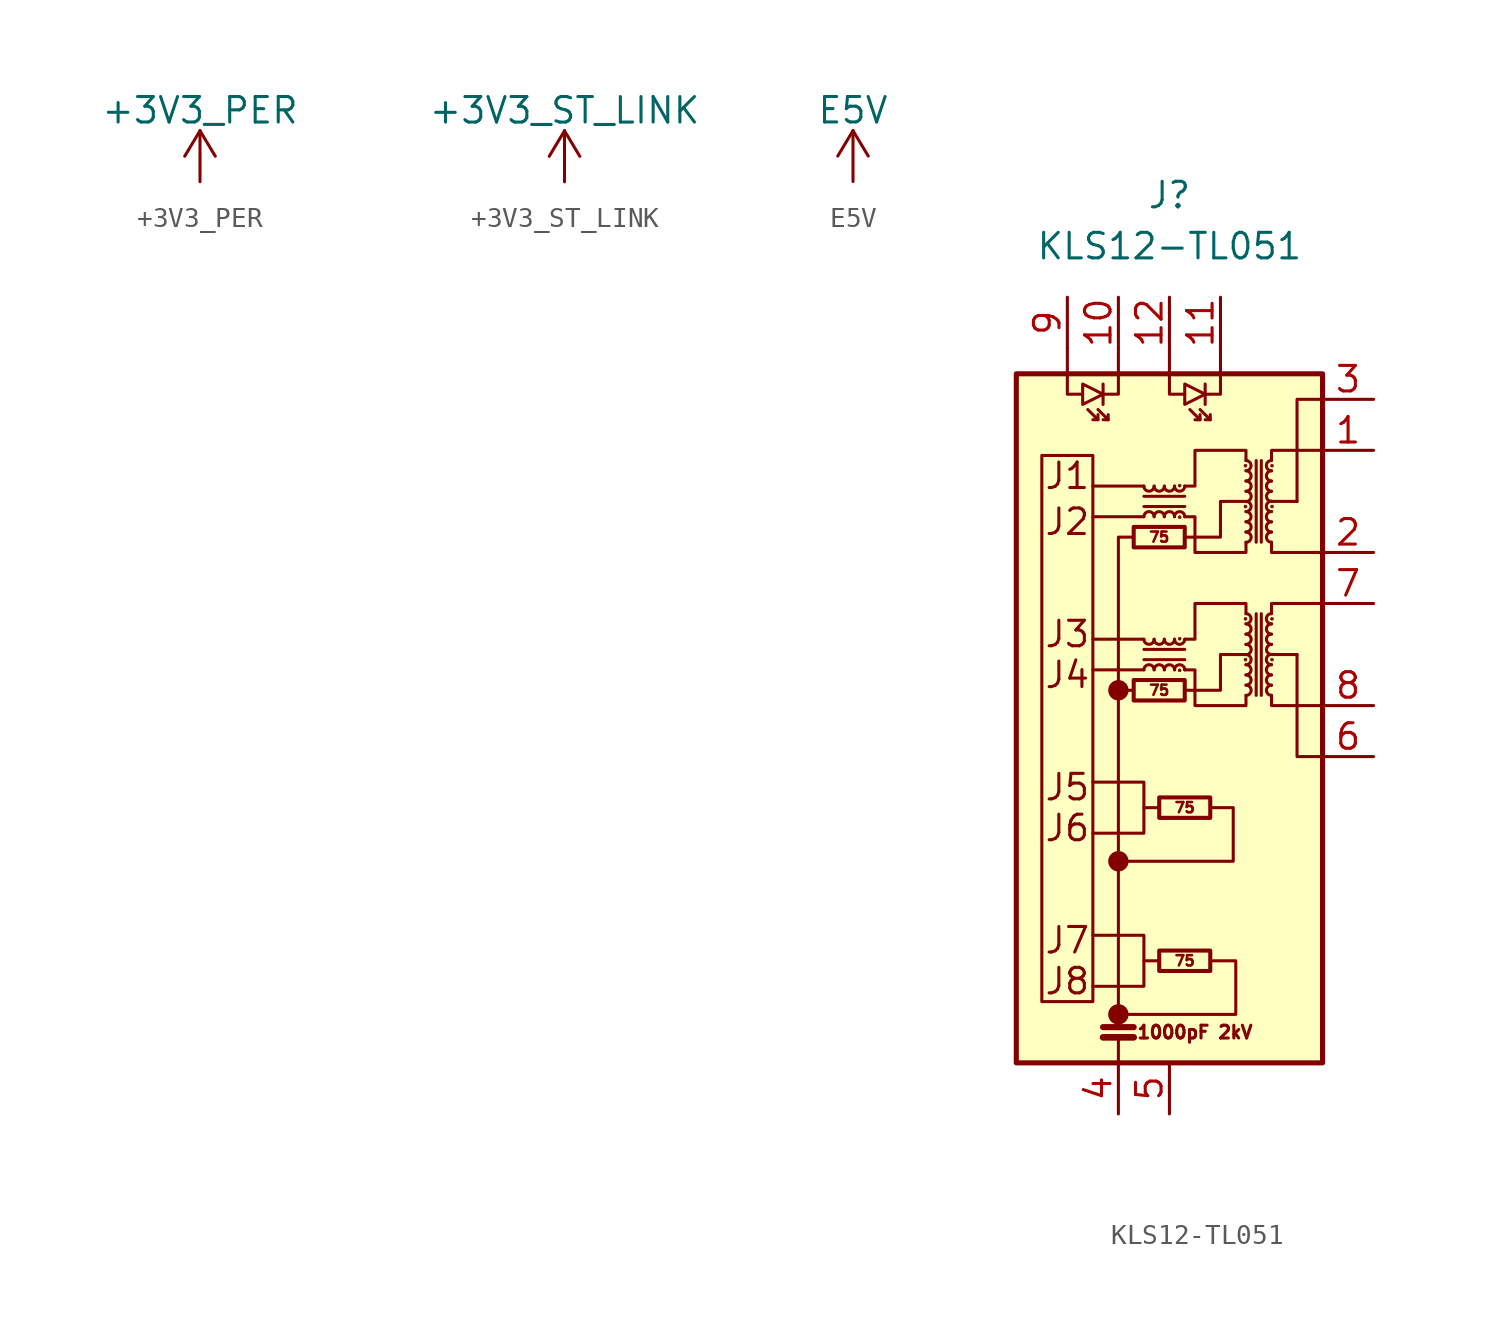
<source format=kicad_sym>
(kicad_symbol_lib
  (version 20220914)
  (generator kicad_symbol_editor)
  (symbol "+3V3_PER"
    (power)
    (pin_names
      (offset 0))
    (property "Reference" "#PWR"
      (at 0 -3.81 0)
      (effects (font (size 1.27 1.27)) hide))
    (property "Value" "+3V3_PER"
      (at 0 3.556 0)
      (effects (font (size 1.27 1.27))))
    (symbol "+3V3_PER_0_1"
      (polyline (pts (xy -0.762 1.27) (xy 0 2.54)) (stroke (width 0) (type default)) (fill (type none)))
      (polyline (pts (xy 0 0) (xy 0 2.54)) (stroke (width 0) (type default)) (fill (type none)))
      (polyline (pts (xy 0 2.54) (xy 0.762 1.27)) (stroke (width 0) (type default)) (fill (type none))))
    (symbol "+3V3_PER_1_1"
      (pin power_in line (at 0 0 90) (length 0) hide (name "+3V3" (effects (font (size 1.27 1.27)))) (number "1" (effects (font (size 1.27 1.27)))))))
  (symbol "+3V3_ST_LINK"
    (power)
    (pin_names
      (offset 0))
    (property "Reference" "#PWR"
      (at 0 -3.81 0)
      (effects (font (size 1.27 1.27)) hide))
    (property "Value" "+3V3_ST_LINK"
      (at 0 3.556 0)
      (effects (font (size 1.27 1.27))))
    (symbol "+3V3_ST_LINK_0_1"
      (polyline (pts (xy -0.762 1.27) (xy 0 2.54)) (stroke (width 0) (type default)) (fill (type none)))
      (polyline (pts (xy 0 0) (xy 0 2.54)) (stroke (width 0) (type default)) (fill (type none)))
      (polyline (pts (xy 0 2.54) (xy 0.762 1.27)) (stroke (width 0) (type default)) (fill (type none))))
    (symbol "+3V3_ST_LINK_1_1"
      (pin power_in line (at 0 0 90) (length 0) hide (name "+3V3" (effects (font (size 1.27 1.27)))) (number "1" (effects (font (size 1.27 1.27)))))))
  (symbol "E5V"
    (power)
    (pin_names
      (offset 0))
    (property "Reference" "#PWR"
      (at 0 -3.81 0)
      (effects (font (size 1.27 1.27)) hide))
    (property "Value" "E5V"
      (at 0 3.556 0)
      (effects (font (size 1.27 1.27))))
    (symbol "E5V_0_1"
      (polyline (pts (xy -0.762 1.27) (xy 0 2.54)) (stroke (width 0) (type default)) (fill (type none)))
      (polyline (pts (xy 0 0) (xy 0 2.54)) (stroke (width 0) (type default)) (fill (type none)))
      (polyline (pts (xy 0 2.54) (xy 0.762 1.27)) (stroke (width 0) (type default)) (fill (type none))))
    (symbol "E5V_1_1"
      (pin power_in line (at 0 0 90) (length 0) hide (name "+5V0" (effects (font (size 1.27 1.27)))) (number "1" (effects (font (size 1.27 1.27)))))))
  (symbol "KLS12-TL051"
    (pin_names
      (offset 0.025) hide)
    (property "Reference" "J"
      (at 0 25.4 0)
      (effects (font (size 1.27 1.27))))
    (property "Value" "KLS12-TL051"
      (at 0 22.86 0)
      (effects (font (size 1.27 1.27))))
    (symbol "KLS12-TL051_0_0"
      (circle (center -2.54 -15.367) (radius 0.0001) (stroke (width 0.508) (type default)) (fill (type none)))
      (circle (center -2.54 -7.747) (radius 0.0001) (stroke (width 0.508) (type default)) (fill (type none)))
      (circle (center -2.54 0.762) (radius 0.0001) (stroke (width 0.508) (type default)) (fill (type none)))
      (polyline (pts (xy -1.27 1.778) (xy -3.81 1.778)) (stroke (width 0) (type default)) (fill (type none)))
      (polyline (pts (xy -1.27 3.302) (xy -3.81 3.302)) (stroke (width 0) (type default)) (fill (type none)))
      (polyline (pts (xy -1.27 9.398) (xy -3.81 9.398)) (stroke (width 0) (type default)) (fill (type none)))
      (polyline (pts (xy -1.27 10.922) (xy -3.81 10.922)) (stroke (width 0) (type default)) (fill (type none)))
      (polyline (pts (xy 5.08 2.54) (xy 6.35 2.54)) (stroke (width 0) (type default)) (fill (type none)))
      (polyline (pts (xy 6.35 10.16) (xy 5.08 10.16)) (stroke (width 0) (type default)) (fill (type none)))
      (polyline (pts (xy 0.762 0.762) (xy 2.54 0.762) (xy 2.54 2.54) (xy 3.81 2.54)) (stroke (width 0) (type default)) (fill (type none)))
      (polyline (pts (xy 0.762 8.382) (xy 2.54 8.382) (xy 2.54 10.16) (xy 3.81 10.16)) (stroke (width 0) (type default)) (fill (type none)))
      (text "1000pF 2kV" (at 1.27 -16.256 0) (effects (font (size 0.635 0.635))))
      (text "75" (at -0.508 0.762 0) (effects (font (size 0.508 0.508))))
      (text "75" (at -0.508 8.382 0) (effects (font (size 0.508 0.508))))
      (text "75" (at 0.762 -12.7 0) (effects (font (size 0.508 0.508))))
      (text "75" (at 0.762 -5.08 0) (effects (font (size 0.508 0.508))))
      (text "J1" (at -5.08 11.43 0) (effects (font (size 1.27 1.27))))
      (text "J2" (at -5.08 9.144 0) (effects (font (size 1.27 1.27))))
      (text "J3" (at -5.08 3.556 0) (effects (font (size 1.27 1.27))))
      (text "J4" (at -5.08 1.524 0) (effects (font (size 1.27 1.27))))
      (text "J5" (at -5.08 -4.064 0) (effects (font (size 1.27 1.27))))
      (text "J6" (at -5.08 -6.096 0) (effects (font (size 1.27 1.27))))
      (text "J7" (at -5.08 -11.684 0) (effects (font (size 1.27 1.27))))
      (text "J8" (at -5.08 -13.716 0) (effects (font (size 1.27 1.27)))))
    (symbol "KLS12-TL051_0_1"
      (rectangle (start -7.62 16.51) (end 7.62 -17.78) (stroke (width 0.254) (type default)) (fill (type background)))
      (rectangle (start -3.81 -14.732) (end -6.35 12.446) (stroke (width 0) (type default)) (fill (type none)))
      (rectangle (start -1.778 0.254) (end 0.762 1.27) (stroke (width 0.203) (type default)) (fill (type none)))
      (rectangle (start -1.778 7.874) (end 0.762 8.89) (stroke (width 0.203) (type default)) (fill (type none)))
      (arc (start -1.27 3.302) (mid -1.016 3.0491) (end -0.762 3.302) (stroke (width 0) (type default)) (fill (type none)))
      (arc (start -1.27 10.922) (mid -1.016 10.6691) (end -0.762 10.922) (stroke (width 0) (type default)) (fill (type none)))
      (arc (start -0.762 1.778) (mid -1.016 2.0309) (end -1.27 1.778) (stroke (width 0) (type default)) (fill (type none)))
      (arc (start -0.762 3.302) (mid -0.508 3.0491) (end -0.254 3.302) (stroke (width 0) (type default)) (fill (type none)))
      (arc (start -0.762 9.398) (mid -1.016 9.6509) (end -1.27 9.398) (stroke (width 0) (type default)) (fill (type none)))
      (arc (start -0.762 10.922) (mid -0.508 10.6691) (end -0.254 10.922) (stroke (width 0) (type default)) (fill (type none)))
      (rectangle (start -0.508 -12.192) (end 2.032 -13.208) (stroke (width 0.203) (type default)) (fill (type none)))
      (rectangle (start -0.508 -4.572) (end 2.032 -5.588) (stroke (width 0.203) (type default)) (fill (type none)))
      (arc (start -0.254 1.778) (mid -0.508 2.0309) (end -0.762 1.778) (stroke (width 0) (type default)) (fill (type none)))
      (arc (start -0.254 3.302) (mid 0 3.0491) (end 0.254 3.302) (stroke (width 0) (type default)) (fill (type none)))
      (arc (start -0.254 9.398) (mid -0.508 9.6509) (end -0.762 9.398) (stroke (width 0) (type default)) (fill (type none)))
      (arc (start -0.254 10.922) (mid 0 10.6691) (end 0.254 10.922) (stroke (width 0) (type default)) (fill (type none)))
      (polyline (pts (xy -3.556 14.224) (xy -4.064 14.732)) (stroke (width 0) (type default)) (fill (type none)))
      (polyline (pts (xy -3.302 -16.51) (xy -1.778 -16.51)) (stroke (width 0.33) (type default)) (fill (type none)))
      (polyline (pts (xy -3.302 -16.002) (xy -1.778 -16.002)) (stroke (width 0.305) (type default)) (fill (type none)))
      (polyline (pts (xy -3.302 16.002) (xy -3.302 14.986)) (stroke (width 0) (type default)) (fill (type none)))
      (polyline (pts (xy -3.048 14.224) (xy -3.556 14.732)) (stroke (width 0) (type default)) (fill (type none)))
      (polyline (pts (xy -2.54 -17.78) (xy -2.54 -16.51)) (stroke (width 0) (type default)) (fill (type none)))
      (polyline (pts (xy -2.54 0.762) (xy -1.778 0.762)) (stroke (width 0) (type default)) (fill (type none)))
      (polyline (pts (xy -1.27 -12.7) (xy -0.508 -12.7)) (stroke (width 0) (type default)) (fill (type none)))
      (polyline (pts (xy -1.27 -5.08) (xy -0.508 -5.08)) (stroke (width 0) (type default)) (fill (type none)))
      (polyline (pts (xy -1.27 2.286) (xy 0.762 2.286)) (stroke (width 0) (type default)) (fill (type none)))
      (polyline (pts (xy -1.27 9.906) (xy 0.762 9.906)) (stroke (width 0) (type default)) (fill (type none)))
      (polyline (pts (xy 0.762 2.794) (xy -1.27 2.794)) (stroke (width 0) (type default)) (fill (type none)))
      (polyline (pts (xy 0.762 10.414) (xy -1.27 10.414)) (stroke (width 0) (type default)) (fill (type none)))
      (polyline (pts (xy 1.524 14.224) (xy 1.016 14.732)) (stroke (width 0) (type default)) (fill (type none)))
      (polyline (pts (xy 1.778 16.002) (xy 1.778 14.986)) (stroke (width 0) (type default)) (fill (type none)))
      (polyline (pts (xy 2.032 14.224) (xy 1.524 14.732)) (stroke (width 0) (type default)) (fill (type none)))
      (polyline (pts (xy 4.318 4.572) (xy 4.318 0.508)) (stroke (width 0) (type default)) (fill (type none)))
      (polyline (pts (xy 4.318 12.192) (xy 4.318 8.128)) (stroke (width 0) (type default)) (fill (type none)))
      (polyline (pts (xy 4.572 0.508) (xy 4.572 4.572)) (stroke (width 0) (type default)) (fill (type none)))
      (polyline (pts (xy 4.572 8.128) (xy 4.572 12.192)) (stroke (width 0) (type default)) (fill (type none)))
      (polyline (pts (xy -5.08 17.78) (xy -5.08 15.494) (xy -4.318 15.494)) (stroke (width 0) (type default)) (fill (type none)))
      (polyline (pts (xy -3.556 14.478) (xy -3.556 14.224) (xy -3.81 14.224)) (stroke (width 0) (type default)) (fill (type none)))
      (polyline (pts (xy -3.048 14.478) (xy -3.048 14.224) (xy -3.302 14.224)) (stroke (width 0) (type default)) (fill (type none)))
      (polyline (pts (xy -2.54 -16.002) (xy -2.54 8.382) (xy -1.778 8.382)) (stroke (width 0) (type default)) (fill (type none)))
      (polyline (pts (xy -2.54 17.78) (xy -2.54 15.494) (xy -3.302 15.494)) (stroke (width 0) (type default)) (fill (type none)))
      (polyline (pts (xy 0 17.78) (xy 0 15.494) (xy 0.762 15.494)) (stroke (width 0) (type default)) (fill (type none)))
      (polyline (pts (xy 1.524 14.478) (xy 1.524 14.224) (xy 1.27 14.224)) (stroke (width 0) (type default)) (fill (type none)))
      (polyline (pts (xy 2.032 14.478) (xy 2.032 14.224) (xy 1.778 14.224)) (stroke (width 0) (type default)) (fill (type none)))
      (polyline (pts (xy 2.54 17.78) (xy 2.54 15.494) (xy 1.778 15.494)) (stroke (width 0) (type default)) (fill (type none)))
      (polyline (pts (xy 5.08 0.508) (xy 5.08 0) (xy 7.62 0)) (stroke (width 0) (type default)) (fill (type none)))
      (polyline (pts (xy 5.08 4.572) (xy 5.08 5.08) (xy 7.62 5.08)) (stroke (width 0) (type default)) (fill (type none)))
      (polyline (pts (xy 5.08 8.128) (xy 5.08 7.62) (xy 7.62 7.62)) (stroke (width 0) (type default)) (fill (type none)))
      (polyline (pts (xy 5.08 12.192) (xy 5.08 12.7) (xy 7.62 12.7)) (stroke (width 0) (type default)) (fill (type none)))
      (polyline (pts (xy 6.35 2.54) (xy 6.35 -2.54) (xy 7.62 -2.54)) (stroke (width 0) (type default)) (fill (type none)))
      (polyline (pts (xy 7.62 15.24) (xy 6.35 15.24) (xy 6.35 10.16)) (stroke (width 0) (type default)) (fill (type none)))
      (polyline (pts (xy -3.81 -11.43) (xy -1.27 -11.43) (xy -1.27 -13.97) (xy -3.81 -13.97)) (stroke (width 0) (type default)) (fill (type none)))
      (polyline (pts (xy -3.81 -3.81) (xy -1.27 -3.81) (xy -1.27 -6.35) (xy -3.81 -6.35)) (stroke (width 0) (type default)) (fill (type none)))
      (polyline (pts (xy -3.302 15.494) (xy -4.318 16.002) (xy -4.318 14.986) (xy -3.302 15.494)) (stroke (width 0) (type default)) (fill (type none)))
      (polyline (pts (xy 1.778 15.494) (xy 0.762 16.002) (xy 0.762 14.986) (xy 1.778 15.494)) (stroke (width 0) (type default)) (fill (type none)))
      (polyline (pts (xy 2.032 -5.08) (xy 3.175 -5.08) (xy 3.175 -7.747) (xy -2.54 -7.747)) (stroke (width 0) (type default)) (fill (type none)))
      (polyline (pts (xy 2.159 -12.7) (xy 3.302 -12.7) (xy 3.302 -15.367) (xy -2.413 -15.367)) (stroke (width 0) (type default)) (fill (type none)))
      (polyline (pts (xy 0.762 3.302) (xy 1.27 3.302) (xy 1.27 5.08) (xy 3.81 5.08) (xy 3.81 4.572)) (stroke (width 0) (type default)) (fill (type none)))
      (polyline (pts (xy 0.762 10.922) (xy 1.27 10.922) (xy 1.27 12.7) (xy 3.81 12.7) (xy 3.81 12.192)) (stroke (width 0) (type default)) (fill (type none)))
      (polyline (pts (xy 3.81 0.508) (xy 3.81 0) (xy 1.27 0) (xy 1.27 1.778) (xy 0.762 1.778)) (stroke (width 0) (type default)) (fill (type none)))
      (polyline (pts (xy 3.81 8.128) (xy 3.81 7.62) (xy 1.27 7.62) (xy 1.27 9.398) (xy 0.762 9.398)) (stroke (width 0) (type default)) (fill (type none)))
      (arc (start 0.254 1.778) (mid 0 2.0309) (end -0.254 1.778) (stroke (width 0) (type default)) (fill (type none)))
      (arc (start 0.254 3.302) (mid 0.508 3.0491) (end 0.762 3.302) (stroke (width 0) (type default)) (fill (type none)))
      (arc (start 0.254 9.398) (mid 0 9.6509) (end -0.254 9.398) (stroke (width 0) (type default)) (fill (type none)))
      (arc (start 0.254 10.922) (mid 0.508 10.6691) (end 0.762 10.922) (stroke (width 0) (type default)) (fill (type none)))
      (circle (center 0.508 1.753) (radius 0.076) (stroke (width 0.025) (type default)) (fill (type outline)))
      (circle (center 0.508 3.327) (radius 0.076) (stroke (width 0.025) (type default)) (fill (type outline)))
      (circle (center 0.508 9.373) (radius 0.076) (stroke (width 0.025) (type default)) (fill (type outline)))
      (circle (center 0.508 10.947) (radius 0.076) (stroke (width 0.025) (type default)) (fill (type outline)))
      (arc (start 0.762 1.778) (mid 0.508 2.0309) (end 0.254 1.778) (stroke (width 0) (type default)) (fill (type none)))
      (arc (start 0.762 9.398) (mid 0.508 9.6509) (end 0.254 9.398) (stroke (width 0) (type default)) (fill (type none)))
      (circle (center 3.785 2.286) (radius 0.076) (stroke (width 0.025) (type default)) (fill (type outline)))
      (circle (center 3.785 4.318) (radius 0.076) (stroke (width 0.025) (type default)) (fill (type outline)))
      (circle (center 3.785 9.906) (radius 0.076) (stroke (width 0.025) (type default)) (fill (type outline)))
      (circle (center 3.785 11.938) (radius 0.076) (stroke (width 0.025) (type default)) (fill (type outline)))
      (arc (start 3.81 0.508) (mid 4.0629 0.762) (end 3.81 1.016) (stroke (width 0) (type default)) (fill (type none)))
      (arc (start 3.81 1.016) (mid 4.0629 1.27) (end 3.81 1.524) (stroke (width 0) (type default)) (fill (type none)))
      (arc (start 3.81 1.524) (mid 4.0629 1.778) (end 3.81 2.032) (stroke (width 0) (type default)) (fill (type none)))
      (arc (start 3.81 2.032) (mid 4.0629 2.286) (end 3.81 2.54) (stroke (width 0) (type default)) (fill (type none)))
      (arc (start 3.81 2.54) (mid 4.0629 2.794) (end 3.81 3.048) (stroke (width 0) (type default)) (fill (type none)))
      (arc (start 3.81 3.048) (mid 4.0629 3.302) (end 3.81 3.556) (stroke (width 0) (type default)) (fill (type none)))
      (arc (start 3.81 3.556) (mid 4.0629 3.81) (end 3.81 4.064) (stroke (width 0) (type default)) (fill (type none)))
      (arc (start 3.81 4.064) (mid 4.0629 4.318) (end 3.81 4.572) (stroke (width 0) (type default)) (fill (type none)))
      (arc (start 3.81 8.128) (mid 4.0629 8.382) (end 3.81 8.636) (stroke (width 0) (type default)) (fill (type none)))
      (arc (start 3.81 8.636) (mid 4.0629 8.89) (end 3.81 9.144) (stroke (width 0) (type default)) (fill (type none)))
      (arc (start 3.81 9.144) (mid 4.0629 9.398) (end 3.81 9.652) (stroke (width 0) (type default)) (fill (type none)))
      (arc (start 3.81 9.652) (mid 4.0629 9.906) (end 3.81 10.16) (stroke (width 0) (type default)) (fill (type none)))
      (arc (start 3.81 10.16) (mid 4.0629 10.414) (end 3.81 10.668) (stroke (width 0) (type default)) (fill (type none)))
      (arc (start 3.81 10.668) (mid 4.0629 10.922) (end 3.81 11.176) (stroke (width 0) (type default)) (fill (type none)))
      (arc (start 3.81 11.176) (mid 4.0629 11.43) (end 3.81 11.684) (stroke (width 0) (type default)) (fill (type none)))
      (arc (start 3.81 11.684) (mid 4.0629 11.938) (end 3.81 12.192) (stroke (width 0) (type default)) (fill (type none)))
      (arc (start 5.08 1.016) (mid 4.8271 0.762) (end 5.08 0.508) (stroke (width 0) (type default)) (fill (type none)))
      (arc (start 5.08 1.524) (mid 4.8271 1.27) (end 5.08 1.016) (stroke (width 0) (type default)) (fill (type none)))
      (arc (start 5.08 2.032) (mid 4.8271 1.778) (end 5.08 1.524) (stroke (width 0) (type default)) (fill (type none)))
      (arc (start 5.08 2.54) (mid 4.8271 2.286) (end 5.08 2.032) (stroke (width 0) (type default)) (fill (type none)))
      (arc (start 5.08 3.048) (mid 4.8271 2.794) (end 5.08 2.54) (stroke (width 0) (type default)) (fill (type none)))
      (arc (start 5.08 3.556) (mid 4.8271 3.302) (end 5.08 3.048) (stroke (width 0) (type default)) (fill (type none)))
      (arc (start 5.08 4.064) (mid 4.8271 3.81) (end 5.08 3.556) (stroke (width 0) (type default)) (fill (type none)))
      (arc (start 5.08 4.572) (mid 4.8271 4.318) (end 5.08 4.064) (stroke (width 0) (type default)) (fill (type none)))
      (arc (start 5.08 8.636) (mid 4.8271 8.382) (end 5.08 8.128) (stroke (width 0) (type default)) (fill (type none)))
      (arc (start 5.08 9.144) (mid 4.8271 8.89) (end 5.08 8.636) (stroke (width 0) (type default)) (fill (type none)))
      (arc (start 5.08 9.652) (mid 4.8271 9.398) (end 5.08 9.144) (stroke (width 0) (type default)) (fill (type none)))
      (arc (start 5.08 10.16) (mid 4.8271 9.906) (end 5.08 9.652) (stroke (width 0) (type default)) (fill (type none)))
      (arc (start 5.08 10.668) (mid 4.8271 10.414) (end 5.08 10.16) (stroke (width 0) (type default)) (fill (type none)))
      (arc (start 5.08 11.176) (mid 4.8271 10.922) (end 5.08 10.668) (stroke (width 0) (type default)) (fill (type none)))
      (arc (start 5.08 11.684) (mid 4.8271 11.43) (end 5.08 11.176) (stroke (width 0) (type default)) (fill (type none)))
      (arc (start 5.08 12.192) (mid 4.8271 11.938) (end 5.08 11.684) (stroke (width 0) (type default)) (fill (type none)))
      (circle (center 5.105 2.286) (radius 0.076) (stroke (width 0.025) (type default)) (fill (type outline)))
      (circle (center 5.105 4.318) (radius 0.076) (stroke (width 0.025) (type default)) (fill (type outline)))
      (circle (center 5.105 9.906) (radius 0.076) (stroke (width 0.025) (type default)) (fill (type outline)))
      (circle (center 5.105 11.938) (radius 0.076) (stroke (width 0.025) (type default)) (fill (type outline))))
    (symbol "KLS12-TL051_1_1"
      (pin passive line (at 10.16 12.7 180) (length 2.54) (name "TD+" (effects (font (size 1.27 1.27)))) (number "1" (effects (font (size 1.27 1.27)))))
      (pin passive line (at -2.54 20.32 270) (length 2.54) (name "LEDG_C" (effects (font (size 1.27 1.27)))) (number "10" (effects (font (size 1.27 1.27)))))
      (pin passive line (at 2.54 20.32 270) (length 2.54) (name "LEDY_C" (effects (font (size 1.27 1.27)))) (number "11" (effects (font (size 1.27 1.27)))))
      (pin passive line (at 0 20.32 270) (length 2.54) (name "LEDY_A" (effects (font (size 1.27 1.27)))) (number "12" (effects (font (size 1.27 1.27)))))
      (pin passive line (at 10.16 7.62 180) (length 2.54) (name "TD-" (effects (font (size 1.27 1.27)))) (number "2" (effects (font (size 1.27 1.27)))))
      (pin passive line (at 10.16 15.24 180) (length 2.54) (name "CT" (effects (font (size 1.27 1.27)))) (number "3" (effects (font (size 1.27 1.27)))))
      (pin passive line (at -2.54 -20.32 90) (length 2.54) (name "SHIELD" (effects (font (size 1.27 1.27)))) (number "4" (effects (font (size 1.27 1.27)))))
      (pin passive line (at 0 -20.32 90) (length 2.54) (name "SHIELD" (effects (font (size 1.27 1.27)))) (number "5" (effects (font (size 1.27 1.27)))))
      (pin passive line (at 10.16 -2.54 180) (length 2.54) (name "CT" (effects (font (size 1.27 1.27)))) (number "6" (effects (font (size 1.27 1.27)))))
      (pin passive line (at 10.16 5.08 180) (length 2.54) (name "RD+" (effects (font (size 1.27 1.27)))) (number "7" (effects (font (size 1.27 1.27)))))
      (pin passive line (at 10.16 0 180) (length 2.54) (name "RD-" (effects (font (size 1.27 1.27)))) (number "8" (effects (font (size 1.27 1.27)))))
      (pin passive line (at -5.08 20.32 270) (length 2.54) (name "LEDG_A" (effects (font (size 1.27 1.27)))) (number "9" (effects (font (size 1.27 1.27))))))))
</source>
